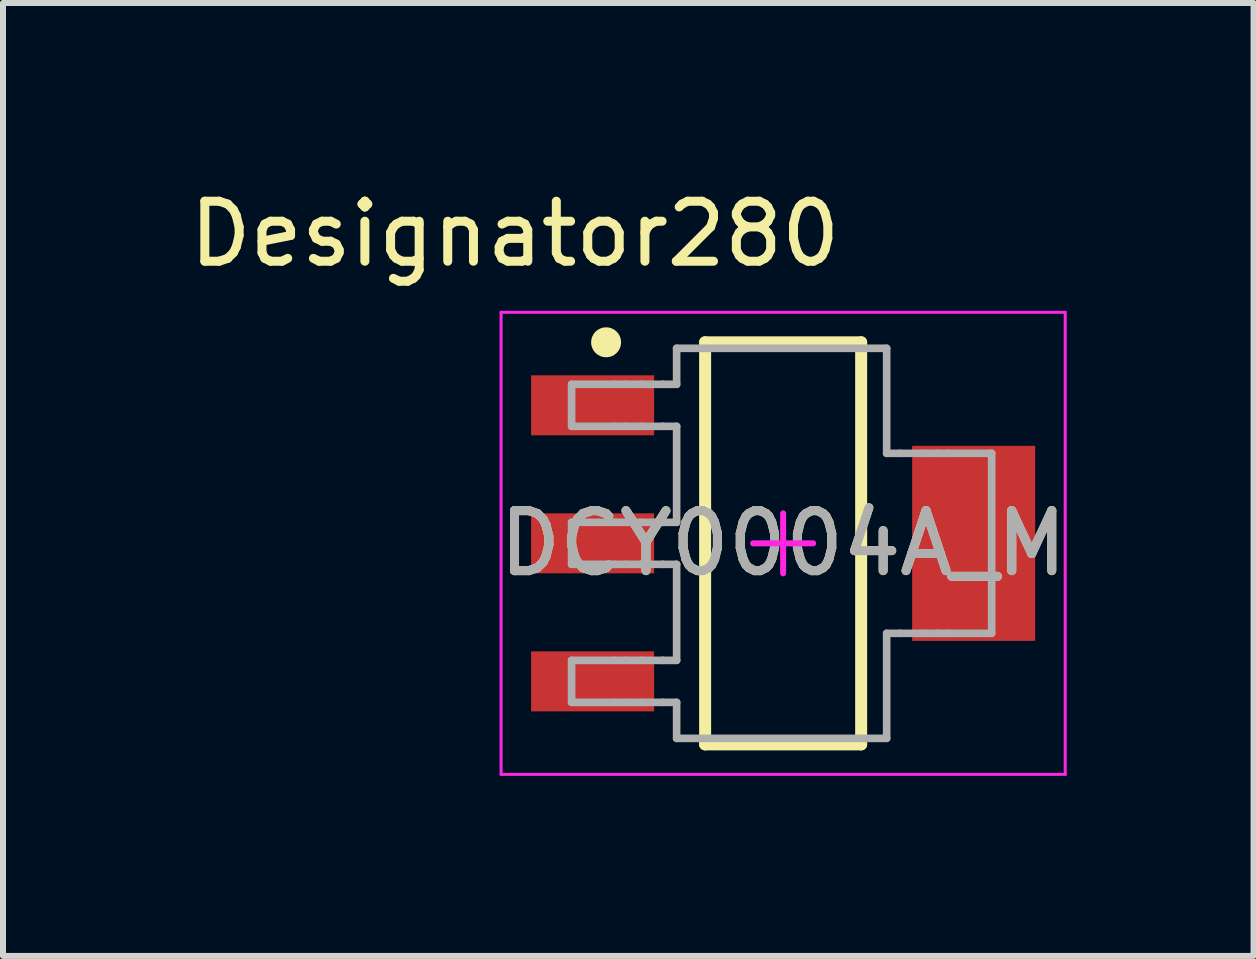
<source format=kicad_pcb>
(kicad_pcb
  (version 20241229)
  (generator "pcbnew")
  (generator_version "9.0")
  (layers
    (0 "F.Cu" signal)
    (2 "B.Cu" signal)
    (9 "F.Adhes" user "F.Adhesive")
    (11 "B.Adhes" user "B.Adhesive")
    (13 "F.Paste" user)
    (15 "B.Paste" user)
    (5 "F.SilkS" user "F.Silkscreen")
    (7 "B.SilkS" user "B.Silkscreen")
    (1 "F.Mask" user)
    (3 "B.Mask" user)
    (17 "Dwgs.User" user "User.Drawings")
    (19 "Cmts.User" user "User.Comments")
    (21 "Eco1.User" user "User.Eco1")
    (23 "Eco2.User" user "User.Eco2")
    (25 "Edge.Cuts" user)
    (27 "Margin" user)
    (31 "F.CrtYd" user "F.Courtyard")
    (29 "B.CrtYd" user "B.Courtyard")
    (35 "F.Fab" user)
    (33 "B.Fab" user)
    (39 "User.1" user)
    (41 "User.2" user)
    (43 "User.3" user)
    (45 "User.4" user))
  (footprint "DCY0004A_M"
    (layer "F.Cu")
    (at 10 6.004)
    (property "Reference" "DCY0004A_M" (at 0 0 0) (unlocked yes) (layer "F.SilkS") (effects (font (size 1 1) (thickness 0.15))))
    (attr smd)
    (fp_line (start -1.3 -3.35) (end 1.3 -3.35) (stroke (width 0.2) (type solid)) (layer "F.SilkS"))
    (fp_line (start -1.3 3.35) (end -1.3 -3.35) (stroke (width 0.2) (type solid)) (layer "F.SilkS"))
    (fp_line (start -1.3 3.35) (end 1.3 3.35) (stroke (width 0.2) (type solid)) (layer "F.SilkS"))
    (fp_line (start 1.3 3.35) (end 1.3 -3.35) (stroke (width 0.2) (type solid)) (layer "F.SilkS"))
    (fp_circle (center -2.95 -3.35) (end -2.825 -3.35) (stroke (width 0.25) (type solid)) (fill no) (layer "F.SilkS"))
    (fp_line (start -4.7 -3.85) (end 4.7 -3.85) (stroke (width 0.05) (type solid)) (layer "F.CrtYd"))
    (fp_line (start -4.7 3.85) (end -4.7 -3.85) (stroke (width 0.05) (type solid)) (layer "F.CrtYd"))
    (fp_line (start -4.7 3.85) (end 4.7 3.85) (stroke (width 0.05) (type solid)) (layer "F.CrtYd"))
    (fp_line (start -0.5 0) (end 0.5 0) (stroke (width 0.1) (type solid)) (layer "F.CrtYd"))
    (fp_line (start 0 0.5) (end 0 -0.5) (stroke (width 0.1) (type solid)) (layer "F.CrtYd"))
    (fp_line (start 4.7 3.85) (end 4.7 -3.85) (stroke (width 0.05) (type solid)) (layer "F.CrtYd"))
    (fp_line (start -3.525 -2.65) (end -2.797 -2.65) (stroke (width 0.127) (type solid)) (layer "F.Fab"))
    (fp_line (start -3.525 -1.95) (end -3.525 -2.65) (stroke (width 0.127) (type solid)) (layer "F.Fab"))
    (fp_line (start -3.525 -1.95) (end -2.797 -1.95) (stroke (width 0.127) (type solid)) (layer "F.Fab"))
    (fp_line (start -3.525 -0.35) (end -2.797 -0.35) (stroke (width 0.127) (type solid)) (layer "F.Fab"))
    (fp_line (start -3.525 0.35) (end -3.525 -0.35) (stroke (width 0.127) (type solid)) (layer "F.Fab"))
    (fp_line (start -3.525 0.35) (end -2.797 0.35) (stroke (width 0.127) (type solid)) (layer "F.Fab"))
    (fp_line (start -3.525 1.95) (end -2.797 1.95) (stroke (width 0.127) (type solid)) (layer "F.Fab"))
    (fp_line (start -3.525 2.65) (end -3.525 1.95) (stroke (width 0.127) (type solid)) (layer "F.Fab"))
    (fp_line (start -3.525 2.65) (end -2.797 2.65) (stroke (width 0.127) (type solid)) (layer "F.Fab"))
    (fp_line (start -2.797 -2.65) (end -2.612 -2.65) (stroke (width 0.127) (type solid)) (layer "F.Fab"))
    (fp_line (start -2.797 -1.95) (end -2.612 -1.95) (stroke (width 0.127) (type solid)) (layer "F.Fab"))
    (fp_line (start -2.797 -0.35) (end -2.612 -0.35) (stroke (width 0.127) (type solid)) (layer "F.Fab"))
    (fp_line (start -2.797 0.35) (end -2.612 0.35) (stroke (width 0.127) (type solid)) (layer "F.Fab"))
    (fp_line (start -2.797 1.95) (end -2.612 1.95) (stroke (width 0.127) (type solid)) (layer "F.Fab"))
    (fp_line (start -2.797 2.65) (end -2.612 2.65) (stroke (width 0.127) (type solid)) (layer "F.Fab"))
    (fp_line (start -2.612 -2.65) (end -2.374 -2.65) (stroke (width 0.127) (type solid)) (layer "F.Fab"))
    (fp_line (start -2.612 -1.95) (end -2.374 -1.95) (stroke (width 0.127) (type solid)) (layer "F.Fab"))
    (fp_line (start -2.612 -0.35) (end -2.374 -0.35) (stroke (width 0.127) (type solid)) (layer "F.Fab"))
    (fp_line (start -2.612 0.35) (end -2.374 0.35) (stroke (width 0.127) (type solid)) (layer "F.Fab"))
    (fp_line (start -2.612 1.95) (end -2.374 1.95) (stroke (width 0.127) (type solid)) (layer "F.Fab"))
    (fp_line (start -2.612 2.65) (end -2.374 2.65) (stroke (width 0.127) (type solid)) (layer "F.Fab"))
    (fp_line (start -2.374 -2.65) (end -2.003 -2.65) (stroke (width 0.127) (type solid)) (layer "F.Fab"))
    (fp_line (start -2.374 -1.95) (end -2.003 -1.95) (stroke (width 0.127) (type solid)) (layer "F.Fab"))
    (fp_line (start -2.374 -0.35) (end -2.003 -0.35) (stroke (width 0.127) (type solid)) (layer "F.Fab"))
    (fp_line (start -2.374 0.35) (end -2.003 0.35) (stroke (width 0.127) (type solid)) (layer "F.Fab"))
    (fp_line (start -2.374 1.95) (end -2.003 1.95) (stroke (width 0.127) (type solid)) (layer "F.Fab"))
    (fp_line (start -2.374 2.65) (end -2.003 2.65) (stroke (width 0.127) (type solid)) (layer "F.Fab"))
    (fp_line (start -2.003 -2.65) (end -1.775 -2.65) (stroke (width 0.127) (type solid)) (layer "F.Fab"))
    (fp_line (start -2.003 -1.95) (end -1.775 -1.95) (stroke (width 0.127) (type solid)) (layer "F.Fab"))
    (fp_line (start -2.003 -0.35) (end -1.775 -0.35) (stroke (width 0.127) (type solid)) (layer "F.Fab"))
    (fp_line (start -2.003 0.35) (end -1.775 0.35) (stroke (width 0.127) (type solid)) (layer "F.Fab"))
    (fp_line (start -2.003 1.95) (end -1.775 1.95) (stroke (width 0.127) (type solid)) (layer "F.Fab"))
    (fp_line (start -2.003 2.65) (end -1.775 2.65) (stroke (width 0.127) (type solid)) (layer "F.Fab"))
    (fp_line (start -1.775 -3.25) (end 1.725 -3.25) (stroke (width 0.127) (type solid)) (layer "F.Fab"))
    (fp_line (start -1.775 -2.65) (end -1.775 -3.25) (stroke (width 0.127) (type solid)) (layer "F.Fab"))
    (fp_line (start -1.775 -0.35) (end -1.775 -1.95) (stroke (width 0.127) (type solid)) (layer "F.Fab"))
    (fp_line (start -1.775 1.95) (end -1.775 0.35) (stroke (width 0.127) (type solid)) (layer "F.Fab"))
    (fp_line (start -1.775 3.25) (end -1.775 2.65) (stroke (width 0.127) (type solid)) (layer "F.Fab"))
    (fp_line (start -1.775 3.25) (end 1.725 3.25) (stroke (width 0.127) (type solid)) (layer "F.Fab"))
    (fp_line (start 1.725 -1.5) (end 1.725 -3.25) (stroke (width 0.127) (type solid)) (layer "F.Fab"))
    (fp_line (start 1.725 -1.5) (end 1.953 -1.5) (stroke (width 0.127) (type solid)) (layer "F.Fab"))
    (fp_line (start 1.725 1.5) (end 1.953 1.5) (stroke (width 0.127) (type solid)) (layer "F.Fab"))
    (fp_line (start 1.725 3.25) (end 1.725 1.5) (stroke (width 0.127) (type solid)) (layer "F.Fab"))
    (fp_line (start 1.953 -1.5) (end 2.324 -1.5) (stroke (width 0.127) (type solid)) (layer "F.Fab"))
    (fp_line (start 1.953 1.5) (end 2.324 1.5) (stroke (width 0.127) (type solid)) (layer "F.Fab"))
    (fp_line (start 2.324 -1.5) (end 2.562 -1.5) (stroke (width 0.127) (type solid)) (layer "F.Fab"))
    (fp_line (start 2.324 1.5) (end 2.562 1.5) (stroke (width 0.127) (type solid)) (layer "F.Fab"))
    (fp_line (start 2.562 -1.5) (end 2.747 -1.5) (stroke (width 0.127) (type solid)) (layer "F.Fab"))
    (fp_line (start 2.562 1.5) (end 2.747 1.5) (stroke (width 0.127) (type solid)) (layer "F.Fab"))
    (fp_line (start 2.747 -1.5) (end 3.475 -1.5) (stroke (width 0.127) (type solid)) (layer "F.Fab"))
    (fp_line (start 2.747 1.5) (end 3.475 1.5) (stroke (width 0.127) (type solid)) (layer "F.Fab"))
    (fp_line (start 3.475 1.5) (end 3.475 -1.5) (stroke (width 0.127) (type solid)) (layer "F.Fab"))
    (fp_text user "Designator280" (at -4.47 -5.156 0) (unlocked yes) (layer "F.SilkS") (effects (font (size 1 1) (thickness 0.15))))
    (fp_text user "${REFERENCE}" (at 0 0 0) (unlocked yes) (layer "F.Fab") (effects (font (size 1 1) (thickness 0.15))))
    (pad "1" smd rect (at -3.175 -2.3 90) (size 1 2.05) (layers "F.Cu" "F.Mask" "F.Paste"))
    (pad "2" smd rect (at -3.175 0 90) (size 1 2.05) (layers "F.Cu" "F.Mask" "F.Paste"))
    (pad "3" smd rect (at -3.175 2.3 90) (size 1 2.05) (layers "F.Cu" "F.Mask" "F.Paste"))
    (pad "4" smd rect (at 3.175 0 90) (size 3.25 2.05) (layers "F.Cu" "F.Mask" "F.Paste")))
  (gr_rect
    (start -3 -3)
    (end 17.839 12.879)
    (stroke (width 0.1) (type default))
    (fill no)
    (layer "Edge.Cuts")))
</source>
